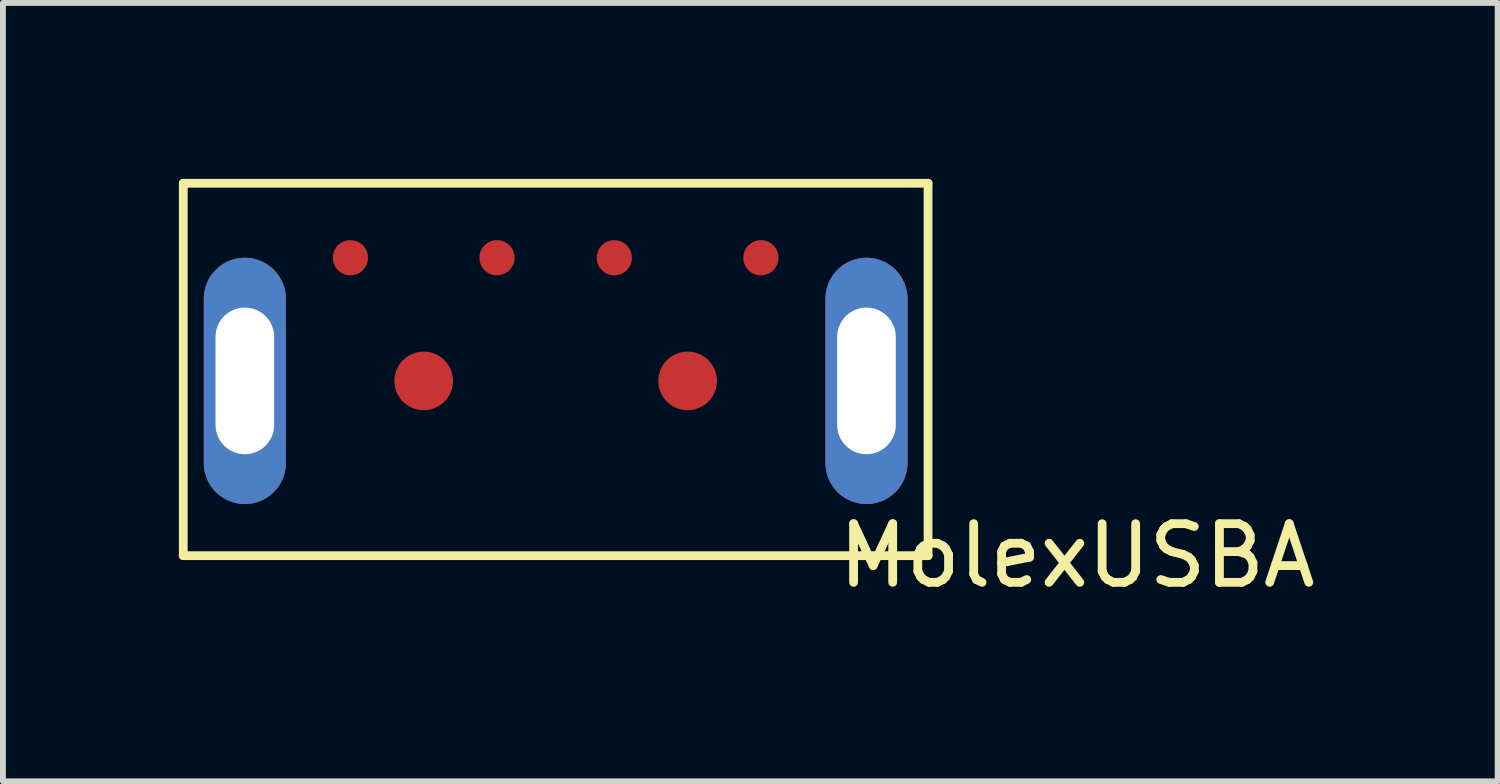
<source format=kicad_pcb>
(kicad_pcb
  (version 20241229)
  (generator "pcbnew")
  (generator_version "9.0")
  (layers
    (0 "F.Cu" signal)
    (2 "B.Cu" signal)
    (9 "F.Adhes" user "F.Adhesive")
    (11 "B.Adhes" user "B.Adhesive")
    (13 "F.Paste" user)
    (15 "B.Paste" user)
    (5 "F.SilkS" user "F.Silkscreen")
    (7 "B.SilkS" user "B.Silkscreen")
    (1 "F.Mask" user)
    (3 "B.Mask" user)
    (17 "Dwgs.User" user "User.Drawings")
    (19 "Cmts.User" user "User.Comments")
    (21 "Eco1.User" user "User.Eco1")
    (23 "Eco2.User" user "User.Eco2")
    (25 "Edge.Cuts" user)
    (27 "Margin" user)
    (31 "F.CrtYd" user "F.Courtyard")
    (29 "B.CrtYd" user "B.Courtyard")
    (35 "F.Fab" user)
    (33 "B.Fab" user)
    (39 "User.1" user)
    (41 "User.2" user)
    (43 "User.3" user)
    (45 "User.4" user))
  (footprint "MolexUSBA"
    (layer "F.Cu")
    (at 6.425 1.345)
    (property "Reference" "MolexUSBA" (at 8.89 5.08 0) (layer "F.SilkS") (effects (font (size 1 1) (thickness 0.15))))
    (attr through_hole)
    (fp_line (start -6.35 -1.27) (end 6.35 -1.27) (stroke (width 0.15) (type solid)) (layer "F.SilkS"))
    (fp_line (start -6.35 5.08) (end -6.35 -1.27) (stroke (width 0.15) (type solid)) (layer "F.SilkS"))
    (fp_line (start 6.35 -1.27) (end 6.35 5.08) (stroke (width 0.15) (type solid)) (layer "F.SilkS"))
    (fp_line (start 6.35 5.08) (end -6.35 5.08) (stroke (width 0.15) (type solid)) (layer "F.SilkS"))
    (pad "1" smd circle (at 3.5 0) (size 0.6 0.6) (layers "F.Cu" "F.Mask" "F.Paste"))
    (pad "2" smd circle (at 1 0) (size 0.6 0.6) (layers "F.Cu" "F.Mask" "F.Paste"))
    (pad "3" smd circle (at -1 0) (size 0.6 0.6) (layers "F.Cu" "F.Mask" "F.Paste"))
    (pad "4" smd circle (at -3.5 0) (size 0.6 0.6) (layers "F.Cu" "F.Mask" "F.Paste"))
    (pad "5" thru_hole oval (at -5.3 2.1) (size 1.4 4.2) (drill oval 1 2.5) (layers "*.Cu" "*.Mask"))
    (pad "5" smd circle (at -2.25 2.1) (size 1 1) (layers "F.Cu" "F.Mask" "F.Paste"))
    (pad "5" smd circle (at 2.25 2.1) (size 1 1) (layers "F.Cu" "F.Mask" "F.Paste"))
    (pad "5" thru_hole oval (at 5.3 2.1) (size 1.4 4.2) (drill oval 1 2.5) (layers "*.Cu" "*.Mask")))
  (gr_rect
    (start -3 -3)
    (end 22.488 10.273)
    (stroke (width 0.1) (type default))
    (fill no)
    (layer "Edge.Cuts")))
</source>
